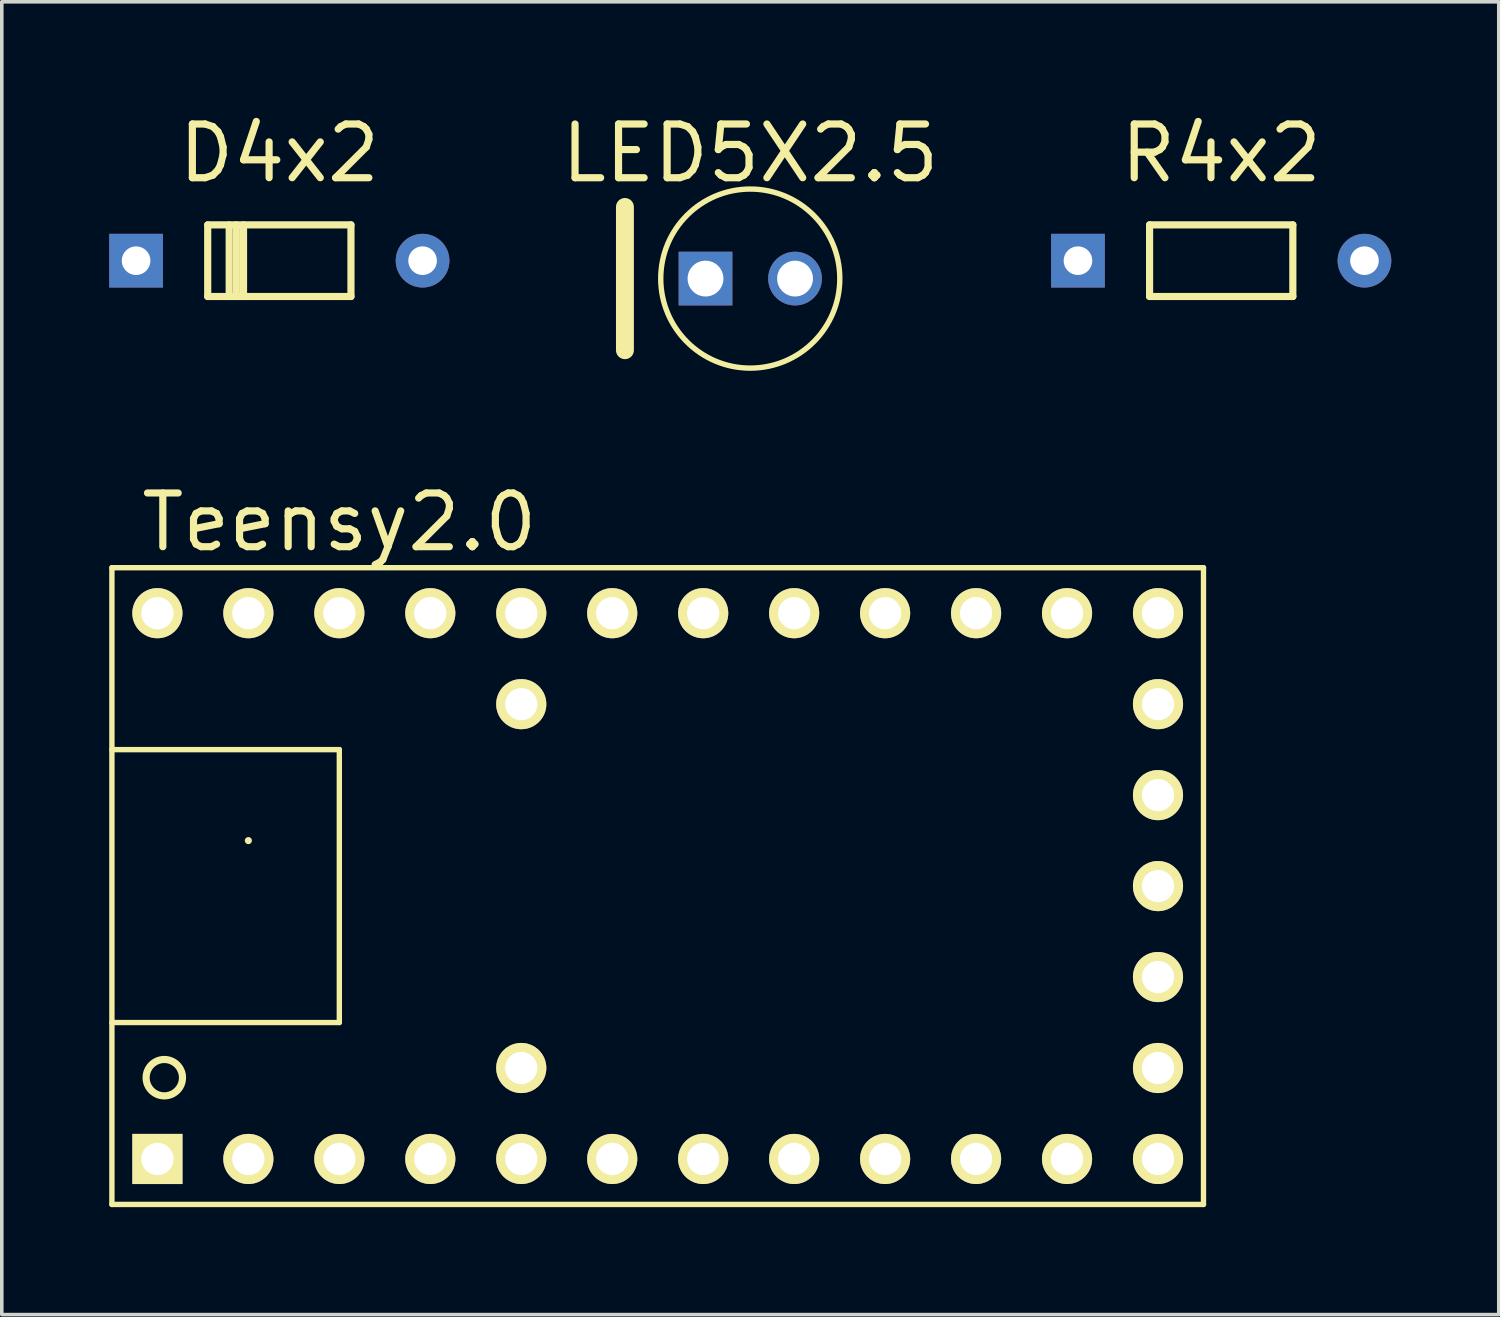
<source format=kicad_pcb>
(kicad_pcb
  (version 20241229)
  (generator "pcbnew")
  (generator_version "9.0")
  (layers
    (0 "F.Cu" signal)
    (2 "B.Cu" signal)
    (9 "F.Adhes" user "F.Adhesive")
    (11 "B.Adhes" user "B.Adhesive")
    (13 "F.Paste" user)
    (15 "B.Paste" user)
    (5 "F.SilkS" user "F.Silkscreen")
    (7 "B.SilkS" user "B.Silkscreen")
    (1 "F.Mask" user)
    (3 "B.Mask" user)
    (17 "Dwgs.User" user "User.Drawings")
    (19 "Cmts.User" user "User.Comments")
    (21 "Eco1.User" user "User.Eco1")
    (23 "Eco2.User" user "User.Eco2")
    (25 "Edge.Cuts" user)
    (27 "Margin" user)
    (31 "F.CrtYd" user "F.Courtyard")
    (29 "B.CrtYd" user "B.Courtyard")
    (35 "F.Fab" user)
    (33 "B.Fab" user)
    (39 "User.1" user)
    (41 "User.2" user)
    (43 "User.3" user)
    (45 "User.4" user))
  (footprint "Teensy2.0"
    (layer "F.Cu")
    (at 15.315 21.692)
    (property "Reference" "Teensy2.0" (at -8.89 -10.16 0) (layer "F.SilkS") (effects (font (size 1.5 1.5) (thickness 0.2))))
    (attr through_hole)
    (fp_line (start -15.24 -8.89) (end -15.24 8.89) (stroke (width 0.15) (type solid)) (layer "F.SilkS"))
    (fp_line (start -15.24 -3.81) (end -8.89 -3.81) (stroke (width 0.15) (type solid)) (layer "F.SilkS"))
    (fp_line (start -15.24 8.89) (end 15.24 8.89) (stroke (width 0.15) (type solid)) (layer "F.SilkS"))
    (fp_line (start -11.43 -1.27) (end -11.43 -1.27) (stroke (width 0.2) (type solid)) (layer "F.SilkS"))
    (fp_line (start -8.89 -3.81) (end -8.89 3.81) (stroke (width 0.15) (type solid)) (layer "F.SilkS"))
    (fp_line (start -8.89 3.81) (end -15.24 3.81) (stroke (width 0.15) (type solid)) (layer "F.SilkS"))
    (fp_line (start 15.24 -8.89) (end -15.24 -8.89) (stroke (width 0.15) (type solid)) (layer "F.SilkS"))
    (fp_line (start 15.24 8.89) (end 15.24 -8.89) (stroke (width 0.15) (type solid)) (layer "F.SilkS"))
    (fp_circle (center -13.777 5.35) (end -13.269 5.35) (stroke (width 0.2) (type solid)) (fill no) (layer "F.SilkS"))
    (pad "1" thru_hole rect (at -13.97 7.62) (size 1.4 1.4) (drill 0.9) (layers "*.Cu" "*.Mask" "F.SilkS"))
    (pad "2" thru_hole circle (at -11.43 7.62) (size 1.4 1.4) (drill 0.9) (layers "*.Cu" "*.Mask" "F.SilkS"))
    (pad "3" thru_hole circle (at -8.89 7.62) (size 1.4 1.4) (drill 0.9) (layers "*.Cu" "*.Mask" "F.SilkS"))
    (pad "4" thru_hole circle (at -6.35 7.62) (size 1.4 1.4) (drill 0.9) (layers "*.Cu" "*.Mask" "F.SilkS"))
    (pad "5" thru_hole circle (at -3.81 7.62) (size 1.4 1.4) (drill 0.9) (layers "*.Cu" "*.Mask" "F.SilkS"))
    (pad "6" thru_hole circle (at -1.27 7.62) (size 1.4 1.4) (drill 0.9) (layers "*.Cu" "*.Mask" "F.SilkS"))
    (pad "7" thru_hole circle (at 1.27 7.62) (size 1.4 1.4) (drill 0.9) (layers "*.Cu" "*.Mask" "F.SilkS"))
    (pad "8" thru_hole circle (at 3.81 7.62) (size 1.4 1.4) (drill 0.9) (layers "*.Cu" "*.Mask" "F.SilkS"))
    (pad "9" thru_hole circle (at 6.35 7.62) (size 1.4 1.4) (drill 0.9) (layers "*.Cu" "*.Mask" "F.SilkS"))
    (pad "10" thru_hole circle (at 8.89 7.62) (size 1.4 1.4) (drill 0.9) (layers "*.Cu" "*.Mask" "F.SilkS"))
    (pad "11" thru_hole circle (at 11.43 7.62) (size 1.4 1.4) (drill 0.9) (layers "*.Cu" "*.Mask" "F.SilkS"))
    (pad "12" thru_hole circle (at 13.97 7.62) (size 1.4 1.4) (drill 0.9) (layers "*.Cu" "*.Mask" "F.SilkS"))
    (pad "13" thru_hole circle (at 13.97 5.08) (size 1.4 1.4) (drill 0.9) (layers "*.Cu" "*.Mask" "F.SilkS"))
    (pad "14" thru_hole circle (at 13.97 2.54) (size 1.4 1.4) (drill 0.9) (layers "*.Cu" "*.Mask" "F.SilkS"))
    (pad "15" thru_hole circle (at 13.97 0) (size 1.4 1.4) (drill 0.9) (layers "*.Cu" "*.Mask" "F.SilkS"))
    (pad "16" thru_hole circle (at 13.97 -2.54) (size 1.4 1.4) (drill 0.9) (layers "*.Cu" "*.Mask" "F.SilkS"))
    (pad "17" thru_hole circle (at 13.97 -5.08) (size 1.4 1.4) (drill 0.9) (layers "*.Cu" "*.Mask" "F.SilkS"))
    (pad "18" thru_hole circle (at 13.97 -7.62) (size 1.4 1.4) (drill 0.9) (layers "*.Cu" "*.Mask" "F.SilkS"))
    (pad "19" thru_hole circle (at 11.43 -7.62) (size 1.4 1.4) (drill 0.9) (layers "*.Cu" "*.Mask" "F.SilkS"))
    (pad "20" thru_hole circle (at 8.89 -7.62) (size 1.4 1.4) (drill 0.9) (layers "*.Cu" "*.Mask" "F.SilkS"))
    (pad "21" thru_hole circle (at 6.35 -7.62) (size 1.4 1.4) (drill 0.9) (layers "*.Cu" "*.Mask" "F.SilkS"))
    (pad "22" thru_hole circle (at 3.81 -7.62) (size 1.4 1.4) (drill 0.9) (layers "*.Cu" "*.Mask" "F.SilkS"))
    (pad "23" thru_hole circle (at 1.27 -7.62) (size 1.4 1.4) (drill 0.9) (layers "*.Cu" "*.Mask" "F.SilkS"))
    (pad "24" thru_hole circle (at -1.27 -7.62) (size 1.4 1.4) (drill 0.9) (layers "*.Cu" "*.Mask" "F.SilkS"))
    (pad "25" thru_hole circle (at -3.81 -7.62) (size 1.4 1.4) (drill 0.9) (layers "*.Cu" "*.Mask" "F.SilkS"))
    (pad "26" thru_hole circle (at -6.35 -7.62) (size 1.4 1.4) (drill 0.9) (layers "*.Cu" "*.Mask" "F.SilkS"))
    (pad "27" thru_hole circle (at -8.89 -7.62) (size 1.4 1.4) (drill 0.9) (layers "*.Cu" "*.Mask" "F.SilkS"))
    (pad "28" thru_hole circle (at -11.43 -7.62) (size 1.4 1.4) (drill 0.9) (layers "*.Cu" "*.Mask" "F.SilkS"))
    (pad "29" thru_hole circle (at -13.97 -7.62) (size 1.4 1.4) (drill 0.9) (layers "*.Cu" "*.Mask" "F.SilkS"))
    (pad "30" thru_hole circle (at -3.81 5.08) (size 1.4 1.4) (drill 0.9) (layers "*.Cu" "*.Mask" "F.SilkS"))
    (pad "31" thru_hole circle (at -3.81 -5.08) (size 1.4 1.4) (drill 0.9) (layers "*.Cu" "*.Mask" "F.SilkS")))
  (footprint "D4x2"
    (layer "F.Cu")
    (at 4.75 4.229)
    (property "Reference" "D4x2" (at 0 -3 0) (layer "F.SilkS") (effects (font (size 1.5 1.5) (thickness 0.2))))
    (attr through_hole)
    (fp_line (start -2 -1) (end 2 -1) (stroke (width 0.2) (type solid)) (layer "F.SilkS"))
    (fp_line (start -2 1) (end -2 -1) (stroke (width 0.2) (type solid)) (layer "F.SilkS"))
    (fp_line (start -2 1) (end 2 1) (stroke (width 0.2) (type solid)) (layer "F.SilkS"))
    (fp_line (start -1.4 -1) (end -1.4 1) (stroke (width 0.2) (type solid)) (layer "F.SilkS"))
    (fp_line (start -1.2 -1) (end -1.2 1) (stroke (width 0.2) (type solid)) (layer "F.SilkS"))
    (fp_line (start -1 -1) (end -1 1) (stroke (width 0.2) (type solid)) (layer "F.SilkS"))
    (fp_line (start 2 -1) (end 2 1) (stroke (width 0.2) (type solid)) (layer "F.SilkS"))
    (pad "1" thru_hole rect (at -4 0) (size 1.5 1.5) (drill 0.8) (layers "*.Cu" "*.Mask"))
    (pad "2" thru_hole circle (at 4 0) (size 1.5 1.5) (drill 0.8) (layers "*.Cu" "*.Mask")))
  (footprint "R4x2"
    (layer "F.Cu")
    (at 31.05 4.229)
    (property "Reference" "R4x2" (at 0 -3 0) (layer "F.SilkS") (effects (font (size 1.5 1.5) (thickness 0.2))))
    (attr through_hole)
    (fp_line (start -2 -1) (end 2 -1) (stroke (width 0.2) (type solid)) (layer "F.SilkS"))
    (fp_line (start -2 1) (end -2 -1) (stroke (width 0.2) (type solid)) (layer "F.SilkS"))
    (fp_line (start -2 1) (end 2 1) (stroke (width 0.2) (type solid)) (layer "F.SilkS"))
    (fp_line (start 2 -1) (end 2 1) (stroke (width 0.2) (type solid)) (layer "F.SilkS"))
    (pad "1" thru_hole rect (at -4 0) (size 1.5 1.5) (drill 0.8) (layers "*.Cu" "*.Mask"))
    (pad "2" thru_hole circle (at 4 0) (size 1.5 1.5) (drill 0.8) (layers "*.Cu" "*.Mask")))
  (footprint "LED5X2.5"
    (layer "F.Cu")
    (at 17.9 4.729)
    (property "Reference" "LED5X2.5" (at 0 -3.5 0) (layer "F.SilkS") (effects (font (size 1.5 1.5) (thickness 0.2))))
    (attr through_hole)
    (fp_line (start -3.5 -2) (end -3.5 2) (stroke (width 0.5) (type solid)) (layer "F.SilkS"))
    (fp_circle (center 0 0) (end 2.5 0) (stroke (width 0.15) (type solid)) (fill no) (layer "F.SilkS"))
    (pad "1" thru_hole rect (at -1.25 0) (size 1.5 1.5) (drill 1) (layers "*.Cu"))
    (pad "2" thru_hole circle (at 1.25 0) (size 1.5 1.5) (drill 1) (layers "*.Cu")))
  (gr_rect
    (start -3 -3)
    (end 38.8 33.657)
    (stroke (width 0.1) (type default))
    (fill no)
    (layer "Edge.Cuts")))
</source>
